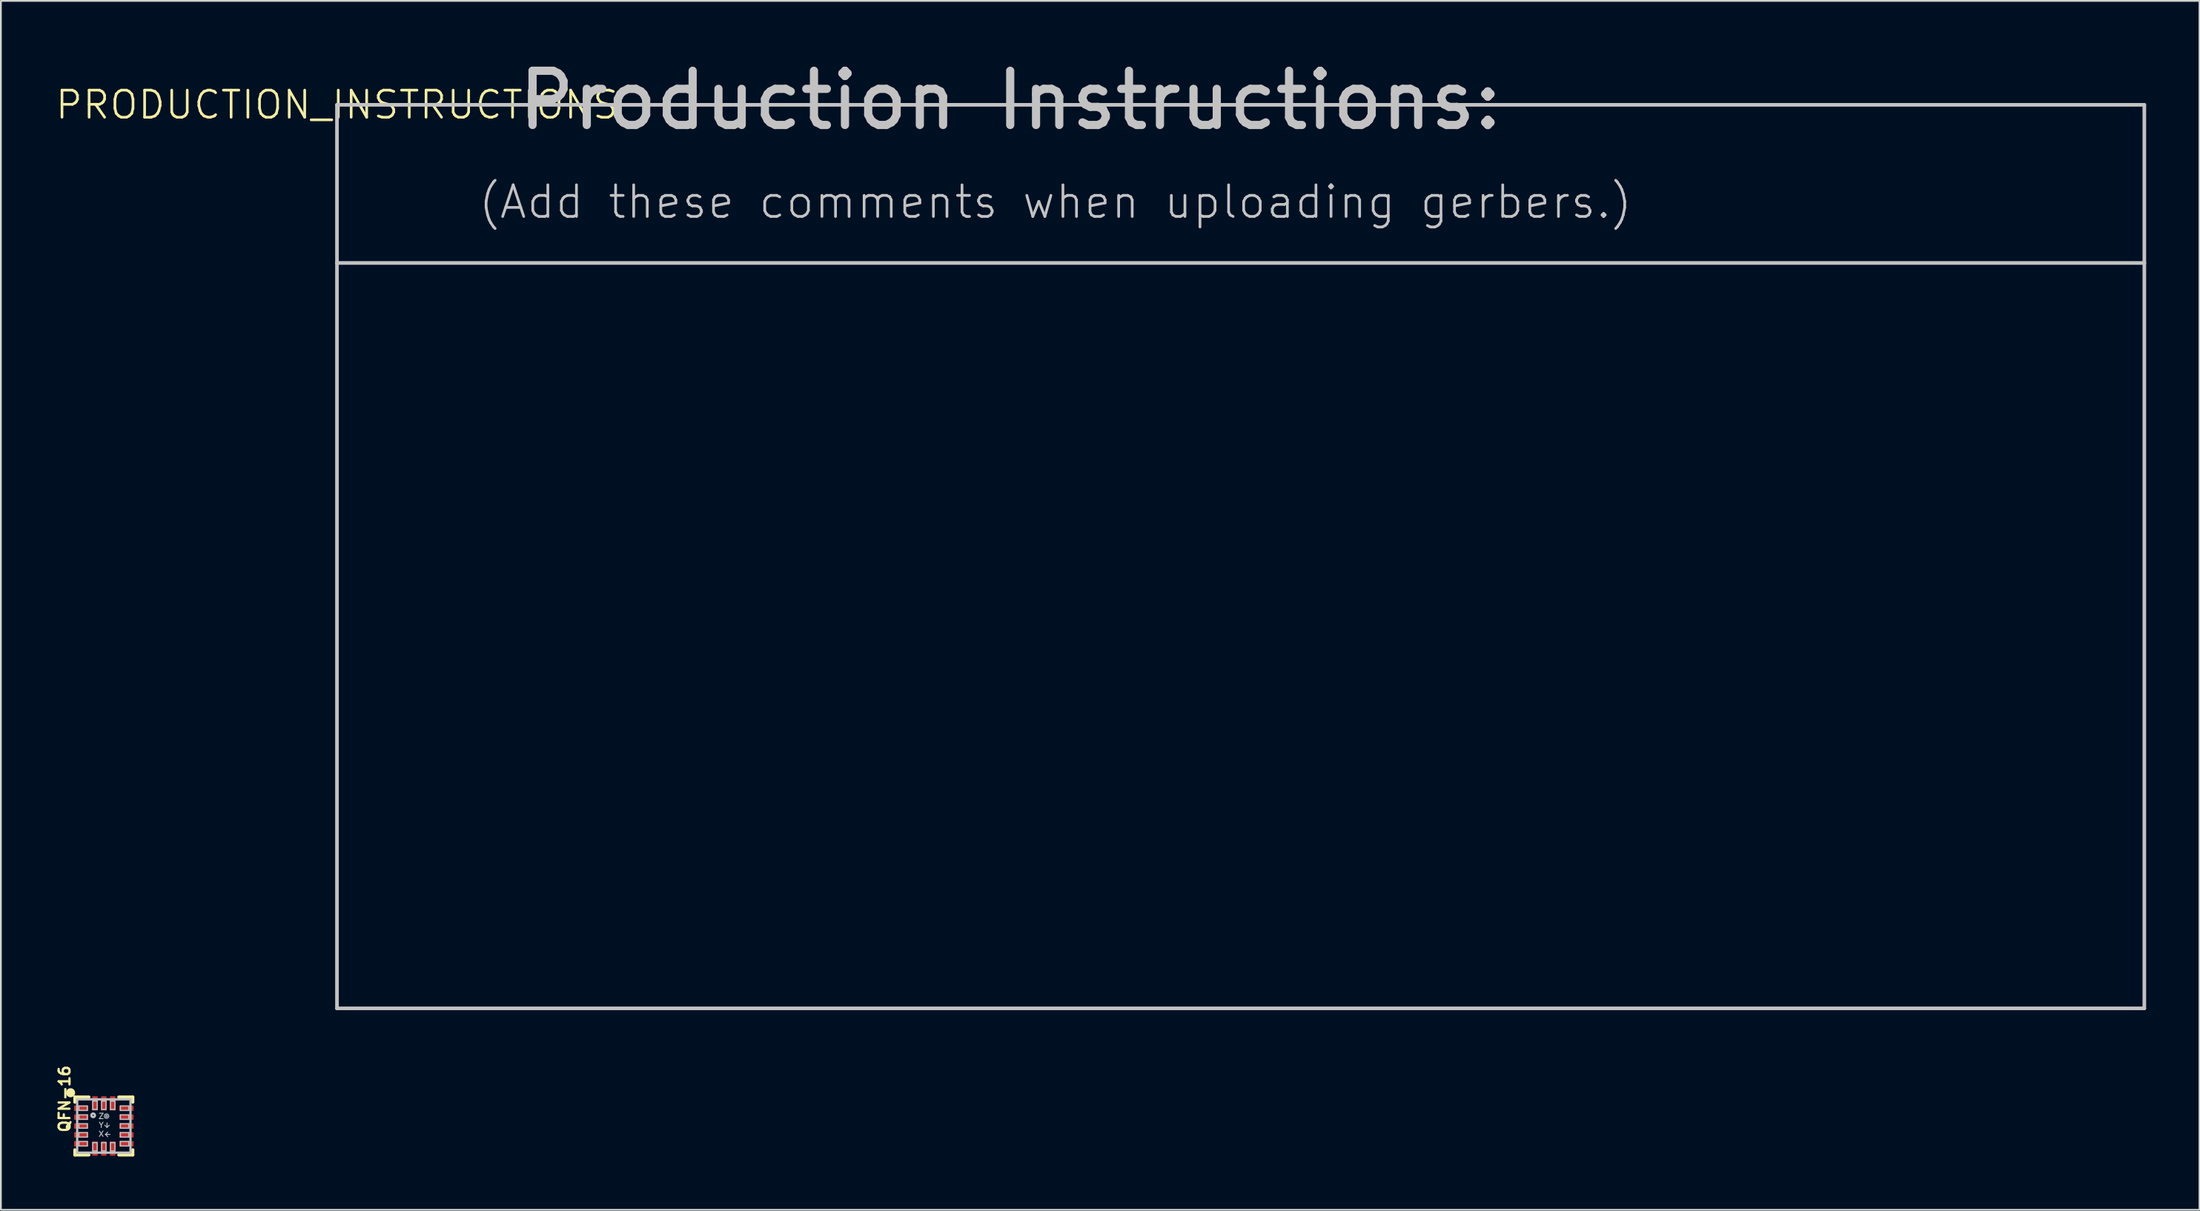
<source format=kicad_pcb>
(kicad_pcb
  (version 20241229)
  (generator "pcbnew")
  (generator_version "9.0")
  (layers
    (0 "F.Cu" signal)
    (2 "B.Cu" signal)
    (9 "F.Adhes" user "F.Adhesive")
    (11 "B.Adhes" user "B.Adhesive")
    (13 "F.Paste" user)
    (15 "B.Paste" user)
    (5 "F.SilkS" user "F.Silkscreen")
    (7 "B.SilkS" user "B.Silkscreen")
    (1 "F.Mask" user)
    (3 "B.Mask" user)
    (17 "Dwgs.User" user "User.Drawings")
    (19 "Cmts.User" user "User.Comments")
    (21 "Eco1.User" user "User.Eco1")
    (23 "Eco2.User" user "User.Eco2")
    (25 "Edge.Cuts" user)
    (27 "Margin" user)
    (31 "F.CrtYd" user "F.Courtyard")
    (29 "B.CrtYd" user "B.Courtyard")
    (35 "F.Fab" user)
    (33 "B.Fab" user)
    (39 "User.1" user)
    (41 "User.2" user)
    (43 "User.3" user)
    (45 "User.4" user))
  (footprint "PRODUCTION_INSTRUCTIONS"
    (layer "F.Cu")
    (at 15.893 2.844)
    (property "Reference" "PRODUCTION_INSTRUCTIONS" (at 0 0 0) (layer "F.SilkS") (effects (font (size 1.524 1.524) (thickness 0.15))))
    (attr exclude_from_pos_files exclude_from_bom)
    (fp_line (start 0 0) (end 101.6 0) (stroke (width 0.203) (type solid)) (layer "Dwgs.User"))
    (fp_line (start 0 8.89) (end 0 0) (stroke (width 0.203) (type solid)) (layer "Dwgs.User"))
    (fp_line (start 0 8.89) (end 101.6 8.89) (stroke (width 0.203) (type solid)) (layer "Dwgs.User"))
    (fp_line (start 0 50.8) (end 0 8.89) (stroke (width 0.203) (type solid)) (layer "Dwgs.User"))
    (fp_line (start 101.6 0) (end 101.6 8.89) (stroke (width 0.203) (type solid)) (layer "Dwgs.User"))
    (fp_line (start 101.6 8.89) (end 101.6 50.8) (stroke (width 0.203) (type solid)) (layer "Dwgs.User"))
    (fp_line (start 101.6 50.8) (end 0 50.8) (stroke (width 0.203) (type solid)) (layer "Dwgs.User"))
    (fp_text user "(Add these comments when uploading gerbers.)" (at 40.386 5.461 0) (layer "Dwgs.User") (effects (font (size 1.778 1.778) (thickness 0.152))))
    (fp_text user "Production Instructions:" (at 37.846 -0.254 0) (layer "Dwgs.User") (effects (font (size 3.048 3.048) (thickness 0.46)))))
  (footprint "QFN-16"
    (layer "F.Cu")
    (at 2.787 60.257)
    (property "Reference" "QFN-16" (at -2.207 -1.524 90) (layer "F.SilkS") (effects (font (size 0.61 0.61) (thickness 0.127))))
    (attr smd)
    (fp_line (start -1.626 -1.626) (end -0.841 -1.626) (stroke (width 0.178) (type solid)) (layer "F.SilkS"))
    (fp_line (start -1.626 -1.341) (end -1.626 -1.626) (stroke (width 0.178) (type solid)) (layer "F.SilkS"))
    (fp_line (start -1.626 1.341) (end -1.626 1.626) (stroke (width 0.178) (type solid)) (layer "F.SilkS"))
    (fp_line (start -1.626 1.626) (end -0.841 1.626) (stroke (width 0.178) (type solid)) (layer "F.SilkS"))
    (fp_line (start 1.626 -1.626) (end 0.841 -1.626) (stroke (width 0.178) (type solid)) (layer "F.SilkS"))
    (fp_line (start 1.626 -1.341) (end 1.626 -1.626) (stroke (width 0.178) (type solid)) (layer "F.SilkS"))
    (fp_line (start 1.626 1.341) (end 1.626 1.626) (stroke (width 0.178) (type solid)) (layer "F.SilkS"))
    (fp_line (start 1.626 1.626) (end 0.841 1.626) (stroke (width 0.178) (type solid)) (layer "F.SilkS"))
    (fp_circle (center -1.869 -1.869) (end -1.869 -2.123) (stroke (width 0) (type solid)) (fill yes) (layer "F.SilkS"))
    (fp_line (start -1.499 -1.499) (end 1.499 -1.499) (stroke (width 0.127) (type solid)) (layer "Dwgs.User"))
    (fp_line (start -1.499 1.499) (end -1.499 -1.499) (stroke (width 0.127) (type solid)) (layer "Dwgs.User"))
    (fp_line (start -1.4 -1.123) (end -0.932 -1.123) (stroke (width 0.066) (type solid)) (layer "Dwgs.User"))
    (fp_line (start -1.4 -0.874) (end -1.4 -1.123) (stroke (width 0.066) (type solid)) (layer "Dwgs.User"))
    (fp_line (start -1.4 -0.874) (end -0.932 -0.874) (stroke (width 0.066) (type solid)) (layer "Dwgs.User"))
    (fp_line (start -1.4 -0.625) (end -0.932 -0.625) (stroke (width 0.066) (type solid)) (layer "Dwgs.User"))
    (fp_line (start -1.4 -0.373) (end -1.4 -0.625) (stroke (width 0.066) (type solid)) (layer "Dwgs.User"))
    (fp_line (start -1.4 -0.373) (end -0.932 -0.373) (stroke (width 0.066) (type solid)) (layer "Dwgs.User"))
    (fp_line (start -1.4 -0.124) (end -0.932 -0.124) (stroke (width 0.066) (type solid)) (layer "Dwgs.User"))
    (fp_line (start -1.4 0.124) (end -1.4 -0.124) (stroke (width 0.066) (type solid)) (layer "Dwgs.User"))
    (fp_line (start -1.4 0.124) (end -0.932 0.124) (stroke (width 0.066) (type solid)) (layer "Dwgs.User"))
    (fp_line (start -1.4 0.373) (end -0.932 0.373) (stroke (width 0.066) (type solid)) (layer "Dwgs.User"))
    (fp_line (start -1.4 0.625) (end -1.4 0.373) (stroke (width 0.066) (type solid)) (layer "Dwgs.User"))
    (fp_line (start -1.4 0.625) (end -0.932 0.625) (stroke (width 0.066) (type solid)) (layer "Dwgs.User"))
    (fp_line (start -1.4 0.874) (end -0.932 0.874) (stroke (width 0.066) (type solid)) (layer "Dwgs.User"))
    (fp_line (start -1.4 1.123) (end -1.4 0.874) (stroke (width 0.066) (type solid)) (layer "Dwgs.User"))
    (fp_line (start -1.4 1.123) (end -0.932 1.123) (stroke (width 0.066) (type solid)) (layer "Dwgs.User"))
    (fp_line (start -0.932 -0.874) (end -0.932 -1.123) (stroke (width 0.066) (type solid)) (layer "Dwgs.User"))
    (fp_line (start -0.932 -0.373) (end -0.932 -0.625) (stroke (width 0.066) (type solid)) (layer "Dwgs.User"))
    (fp_line (start -0.932 0.124) (end -0.932 -0.124) (stroke (width 0.066) (type solid)) (layer "Dwgs.User"))
    (fp_line (start -0.932 0.625) (end -0.932 0.373) (stroke (width 0.066) (type solid)) (layer "Dwgs.User"))
    (fp_line (start -0.932 1.123) (end -0.932 0.874) (stroke (width 0.066) (type solid)) (layer "Dwgs.User"))
    (fp_line (start -0.625 -1.4) (end -0.373 -1.4) (stroke (width 0.066) (type solid)) (layer "Dwgs.User"))
    (fp_line (start -0.625 -0.932) (end -0.625 -1.4) (stroke (width 0.066) (type solid)) (layer "Dwgs.User"))
    (fp_line (start -0.625 -0.932) (end -0.373 -0.932) (stroke (width 0.066) (type solid)) (layer "Dwgs.User"))
    (fp_line (start -0.625 0.932) (end -0.373 0.932) (stroke (width 0.066) (type solid)) (layer "Dwgs.User"))
    (fp_line (start -0.625 1.4) (end -0.625 0.932) (stroke (width 0.066) (type solid)) (layer "Dwgs.User"))
    (fp_line (start -0.625 1.4) (end -0.373 1.4) (stroke (width 0.066) (type solid)) (layer "Dwgs.User"))
    (fp_line (start -0.373 -0.932) (end -0.373 -1.4) (stroke (width 0.066) (type solid)) (layer "Dwgs.User"))
    (fp_line (start -0.373 1.4) (end -0.373 0.932) (stroke (width 0.066) (type solid)) (layer "Dwgs.User"))
    (fp_line (start -0.124 -1.4) (end 0.124 -1.4) (stroke (width 0.066) (type solid)) (layer "Dwgs.User"))
    (fp_line (start -0.124 -0.932) (end -0.124 -1.4) (stroke (width 0.066) (type solid)) (layer "Dwgs.User"))
    (fp_line (start -0.124 -0.932) (end 0.124 -0.932) (stroke (width 0.066) (type solid)) (layer "Dwgs.User"))
    (fp_line (start -0.124 0.932) (end 0.124 0.932) (stroke (width 0.066) (type solid)) (layer "Dwgs.User"))
    (fp_line (start -0.124 1.4) (end -0.124 0.932) (stroke (width 0.066) (type solid)) (layer "Dwgs.User"))
    (fp_line (start -0.124 1.4) (end 0.124 1.4) (stroke (width 0.066) (type solid)) (layer "Dwgs.User"))
    (fp_line (start 0.091 0.472) (end 0.218 0.345) (stroke (width 0.051) (type solid)) (layer "Dwgs.User"))
    (fp_line (start 0.091 0.472) (end 0.218 0.599) (stroke (width 0.051) (type solid)) (layer "Dwgs.User"))
    (fp_line (start 0.124 -0.932) (end 0.124 -1.4) (stroke (width 0.066) (type solid)) (layer "Dwgs.User"))
    (fp_line (start 0.124 1.4) (end 0.124 0.932) (stroke (width 0.066) (type solid)) (layer "Dwgs.User"))
    (fp_line (start 0.18 -0.173) (end 0.18 0.079) (stroke (width 0.051) (type solid)) (layer "Dwgs.User"))
    (fp_line (start 0.18 0.079) (end 0.053 -0.046) (stroke (width 0.051) (type solid)) (layer "Dwgs.User"))
    (fp_line (start 0.18 0.079) (end 0.307 -0.046) (stroke (width 0.051) (type solid)) (layer "Dwgs.User"))
    (fp_line (start 0.345 0.472) (end 0.091 0.472) (stroke (width 0.051) (type solid)) (layer "Dwgs.User"))
    (fp_line (start 0.373 -1.4) (end 0.625 -1.4) (stroke (width 0.066) (type solid)) (layer "Dwgs.User"))
    (fp_line (start 0.373 -0.932) (end 0.373 -1.4) (stroke (width 0.066) (type solid)) (layer "Dwgs.User"))
    (fp_line (start 0.373 -0.932) (end 0.625 -0.932) (stroke (width 0.066) (type solid)) (layer "Dwgs.User"))
    (fp_line (start 0.373 0.932) (end 0.625 0.932) (stroke (width 0.066) (type solid)) (layer "Dwgs.User"))
    (fp_line (start 0.373 1.4) (end 0.373 0.932) (stroke (width 0.066) (type solid)) (layer "Dwgs.User"))
    (fp_line (start 0.373 1.4) (end 0.625 1.4) (stroke (width 0.066) (type solid)) (layer "Dwgs.User"))
    (fp_line (start 0.625 -0.932) (end 0.625 -1.4) (stroke (width 0.066) (type solid)) (layer "Dwgs.User"))
    (fp_line (start 0.625 1.4) (end 0.625 0.932) (stroke (width 0.066) (type solid)) (layer "Dwgs.User"))
    (fp_line (start 0.932 -1.123) (end 1.4 -1.123) (stroke (width 0.066) (type solid)) (layer "Dwgs.User"))
    (fp_line (start 0.932 -0.874) (end 0.932 -1.123) (stroke (width 0.066) (type solid)) (layer "Dwgs.User"))
    (fp_line (start 0.932 -0.874) (end 1.4 -0.874) (stroke (width 0.066) (type solid)) (layer "Dwgs.User"))
    (fp_line (start 0.932 -0.625) (end 1.4 -0.625) (stroke (width 0.066) (type solid)) (layer "Dwgs.User"))
    (fp_line (start 0.932 -0.373) (end 0.932 -0.625) (stroke (width 0.066) (type solid)) (layer "Dwgs.User"))
    (fp_line (start 0.932 -0.373) (end 1.4 -0.373) (stroke (width 0.066) (type solid)) (layer "Dwgs.User"))
    (fp_line (start 0.932 -0.124) (end 1.4 -0.124) (stroke (width 0.066) (type solid)) (layer "Dwgs.User"))
    (fp_line (start 0.932 0.124) (end 0.932 -0.124) (stroke (width 0.066) (type solid)) (layer "Dwgs.User"))
    (fp_line (start 0.932 0.124) (end 1.4 0.124) (stroke (width 0.066) (type solid)) (layer "Dwgs.User"))
    (fp_line (start 0.932 0.373) (end 1.4 0.373) (stroke (width 0.066) (type solid)) (layer "Dwgs.User"))
    (fp_line (start 0.932 0.625) (end 0.932 0.373) (stroke (width 0.066) (type solid)) (layer "Dwgs.User"))
    (fp_line (start 0.932 0.625) (end 1.4 0.625) (stroke (width 0.066) (type solid)) (layer "Dwgs.User"))
    (fp_line (start 0.932 0.874) (end 1.4 0.874) (stroke (width 0.066) (type solid)) (layer "Dwgs.User"))
    (fp_line (start 0.932 1.123) (end 0.932 0.874) (stroke (width 0.066) (type solid)) (layer "Dwgs.User"))
    (fp_line (start 0.932 1.123) (end 1.4 1.123) (stroke (width 0.066) (type solid)) (layer "Dwgs.User"))
    (fp_line (start 1.4 -0.874) (end 1.4 -1.123) (stroke (width 0.066) (type solid)) (layer "Dwgs.User"))
    (fp_line (start 1.4 -0.373) (end 1.4 -0.625) (stroke (width 0.066) (type solid)) (layer "Dwgs.User"))
    (fp_line (start 1.4 0.124) (end 1.4 -0.124) (stroke (width 0.066) (type solid)) (layer "Dwgs.User"))
    (fp_line (start 1.4 0.625) (end 1.4 0.373) (stroke (width 0.066) (type solid)) (layer "Dwgs.User"))
    (fp_line (start 1.4 1.123) (end 1.4 0.874) (stroke (width 0.066) (type solid)) (layer "Dwgs.User"))
    (fp_line (start 1.499 -1.499) (end 1.499 1.499) (stroke (width 0.127) (type solid)) (layer "Dwgs.User"))
    (fp_line (start 1.499 1.499) (end -1.499 1.499) (stroke (width 0.127) (type solid)) (layer "Dwgs.User"))
    (fp_circle (center -0.599 -0.599) (end -0.599 -0.699) (stroke (width 0.127) (type solid)) (fill no) (layer "Dwgs.User"))
    (fp_circle (center 0.152 -0.554) (end 0.152 -0.681) (stroke (width 0.051) (type solid)) (fill no) (layer "Dwgs.User"))
    (fp_circle (center 0.152 -0.554) (end 0.152 -0.579) (stroke (width 0.051) (type solid)) (fill no) (layer "Dwgs.User"))
    (fp_text user "Z" (at -0.147 -0.551 0) (layer "Dwgs.User") (effects (font (size 0.305 0.305) (thickness 0.051))))
    (fp_text user "X" (at -0.147 0.447 0) (layer "Dwgs.User") (effects (font (size 0.305 0.305) (thickness 0.051))))
    (fp_text user "Y" (at -0.147 -0.051 0) (layer "Dwgs.User") (effects (font (size 0.305 0.305) (thickness 0.051))))
    (pad "1" smd rect (at -1.273 -0.998 270) (size 0.3 0.798) (layers "F.Cu" "F.Mask" "F.Paste"))
    (pad "2" smd rect (at -1.273 -0.498 270) (size 0.3 0.798) (layers "F.Cu" "F.Mask" "F.Paste"))
    (pad "3" smd rect (at -1.273 0 270) (size 0.3 0.798) (layers "F.Cu" "F.Mask" "F.Paste"))
    (pad "4" smd rect (at -1.273 0.498 270) (size 0.3 0.798) (layers "F.Cu" "F.Mask" "F.Paste"))
    (pad "5" smd rect (at -1.273 0.998 270) (size 0.3 0.798) (layers "F.Cu" "F.Mask" "F.Paste"))
    (pad "6" smd rect (at -0.498 1.273) (size 0.3 0.798) (layers "F.Cu" "F.Mask" "F.Paste"))
    (pad "7" smd rect (at 0 1.273) (size 0.3 0.798) (layers "F.Cu" "F.Mask" "F.Paste"))
    (pad "8" smd rect (at 0.498 1.273) (size 0.3 0.798) (layers "F.Cu" "F.Mask" "F.Paste"))
    (pad "9" smd rect (at 1.273 0.998 90) (size 0.3 0.798) (layers "F.Cu" "F.Mask" "F.Paste"))
    (pad "10" smd rect (at 1.273 0.498 90) (size 0.3 0.798) (layers "F.Cu" "F.Mask" "F.Paste"))
    (pad "11" smd rect (at 1.273 0 90) (size 0.3 0.798) (layers "F.Cu" "F.Mask" "F.Paste"))
    (pad "12" smd rect (at 1.273 -0.498 90) (size 0.3 0.798) (layers "F.Cu" "F.Mask" "F.Paste"))
    (pad "13" smd rect (at 1.273 -0.998 90) (size 0.3 0.798) (layers "F.Cu" "F.Mask" "F.Paste"))
    (pad "14" smd rect (at 0.498 -1.273 180) (size 0.3 0.798) (layers "F.Cu" "F.Mask" "F.Paste"))
    (pad "15" smd rect (at 0 -1.273 180) (size 0.3 0.798) (layers "F.Cu" "F.Mask" "F.Paste"))
    (pad "16" smd rect (at -0.498 -1.273 180) (size 0.3 0.798) (layers "F.Cu" "F.Mask" "F.Paste")))
  (gr_rect
    (start -3 -3)
    (end 120.595 64.971)
    (stroke (width 0.1) (type default))
    (fill no)
    (layer "Edge.Cuts")))
</source>
